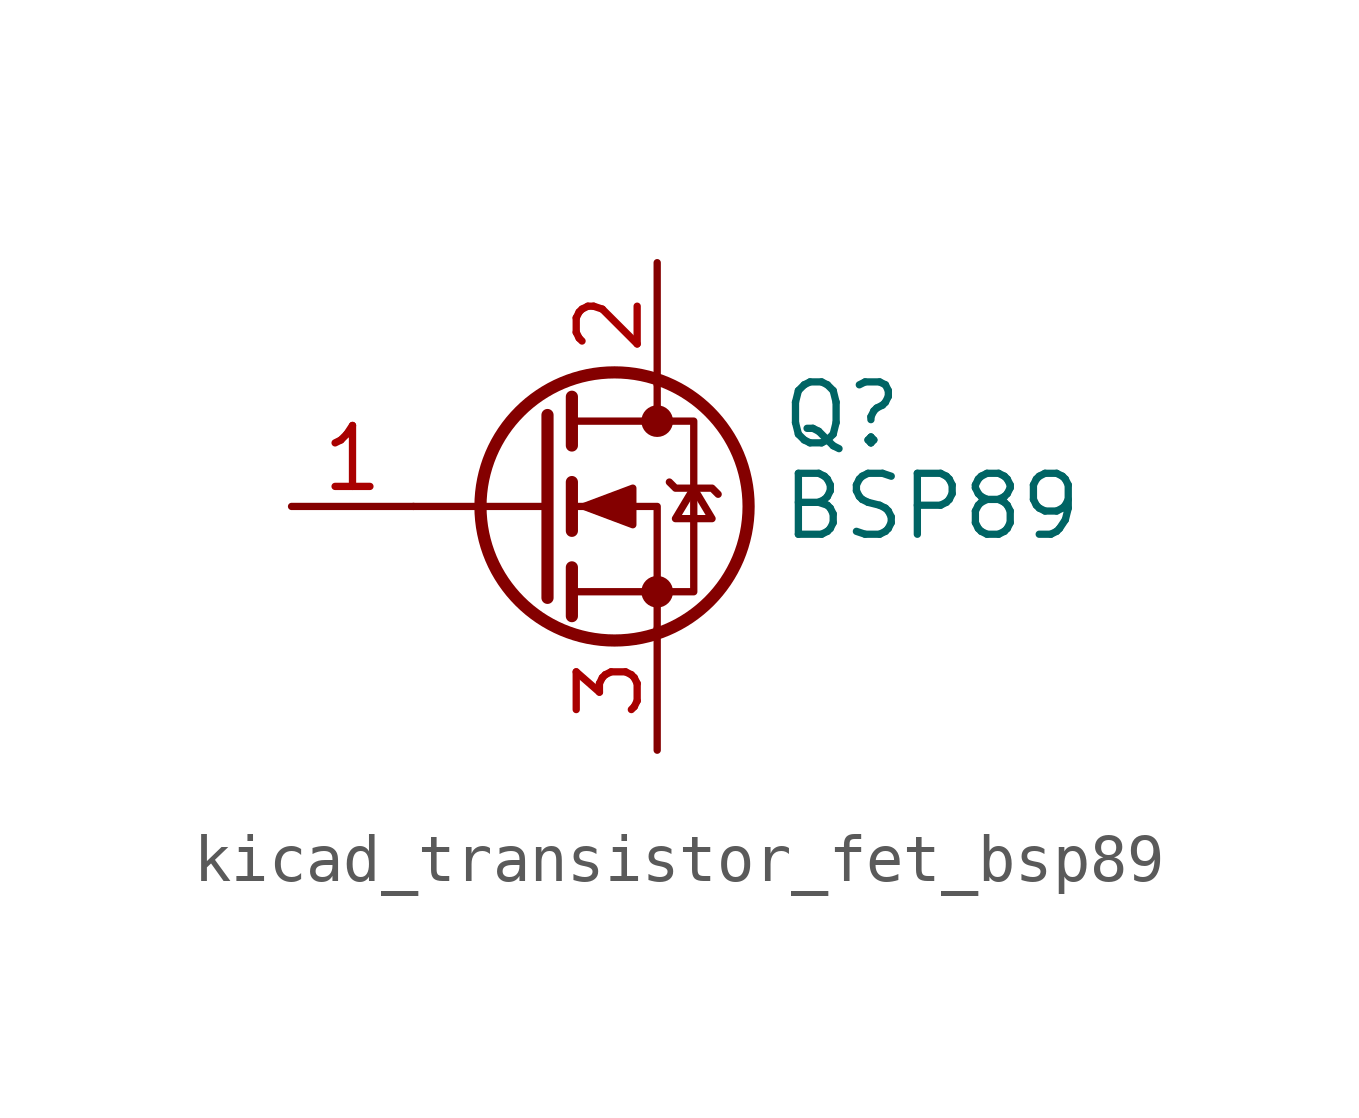
<source format=kicad_sym>
(kicad_symbol_lib
  (version 20220914)
  (generator kicad_symbol_editor)
  (symbol "kicad_transistor_fet_bsp89"
    (pin_names hide)
    (property "Reference" "Q"
      (at 5.08 1.905 0)
      (effects (font (size 1.27 1.27)) (justify left)))
    (property "Value" "BSP89"
      (at 5.08 0 0)
      (effects (font (size 1.27 1.27)) (justify left)))
    (symbol "kicad_transistor_fet_bsp89_0_1"
      (polyline (pts (xy 0.254 0) (xy -2.54 0)) (stroke (width 0) (type default)) (fill (type none)))
      (polyline (pts (xy 0.254 1.905) (xy 0.254 -1.905)) (stroke (width 0.254) (type default)) (fill (type none)))
      (polyline (pts (xy 0.762 -1.27) (xy 0.762 -2.286)) (stroke (width 0.254) (type default)) (fill (type none)))
      (polyline (pts (xy 0.762 0.508) (xy 0.762 -0.508)) (stroke (width 0.254) (type default)) (fill (type none)))
      (polyline (pts (xy 0.762 2.286) (xy 0.762 1.27)) (stroke (width 0.254) (type default)) (fill (type none)))
      (polyline (pts (xy 2.54 2.54) (xy 2.54 1.778)) (stroke (width 0) (type default)) (fill (type none)))
      (polyline (pts (xy 2.54 -2.54) (xy 2.54 0) (xy 0.762 0)) (stroke (width 0) (type default)) (fill (type none)))
      (polyline (pts (xy 0.762 -1.778) (xy 3.302 -1.778) (xy 3.302 1.778) (xy 0.762 1.778)) (stroke (width 0) (type default)) (fill (type none)))
      (polyline (pts (xy 1.016 0) (xy 2.032 0.381) (xy 2.032 -0.381) (xy 1.016 0)) (stroke (width 0) (type default)) (fill (type outline)))
      (polyline (pts (xy 2.794 0.508) (xy 2.921 0.381) (xy 3.683 0.381) (xy 3.81 0.254)) (stroke (width 0) (type default)) (fill (type none)))
      (polyline (pts (xy 3.302 0.381) (xy 2.921 -0.254) (xy 3.683 -0.254) (xy 3.302 0.381)) (stroke (width 0) (type default)) (fill (type none)))
      (circle (center 1.651 0) (radius 2.794) (stroke (width 0.254) (type default)) (fill (type none)))
      (circle (center 2.54 -1.778) (radius 0.254) (stroke (width 0) (type default)) (fill (type outline)))
      (circle (center 2.54 1.778) (radius 0.254) (stroke (width 0) (type default)) (fill (type outline))))
    (symbol "kicad_transistor_fet_bsp89_1_1"
      (pin input line (at -5.08 0 0) (length 2.54) (name "G" (effects (font (size 1.27 1.27)))) (number "1" (effects (font (size 1.27 1.27)))))
      (pin passive line (at 2.54 5.08 270) (length 2.54) (name "D" (effects (font (size 1.27 1.27)))) (number "2" (effects (font (size 1.27 1.27)))))
      (pin passive line (at 2.54 -5.08 90) (length 2.54) (name "S" (effects (font (size 1.27 1.27)))) (number "3" (effects (font (size 1.27 1.27))))))))
</source>
